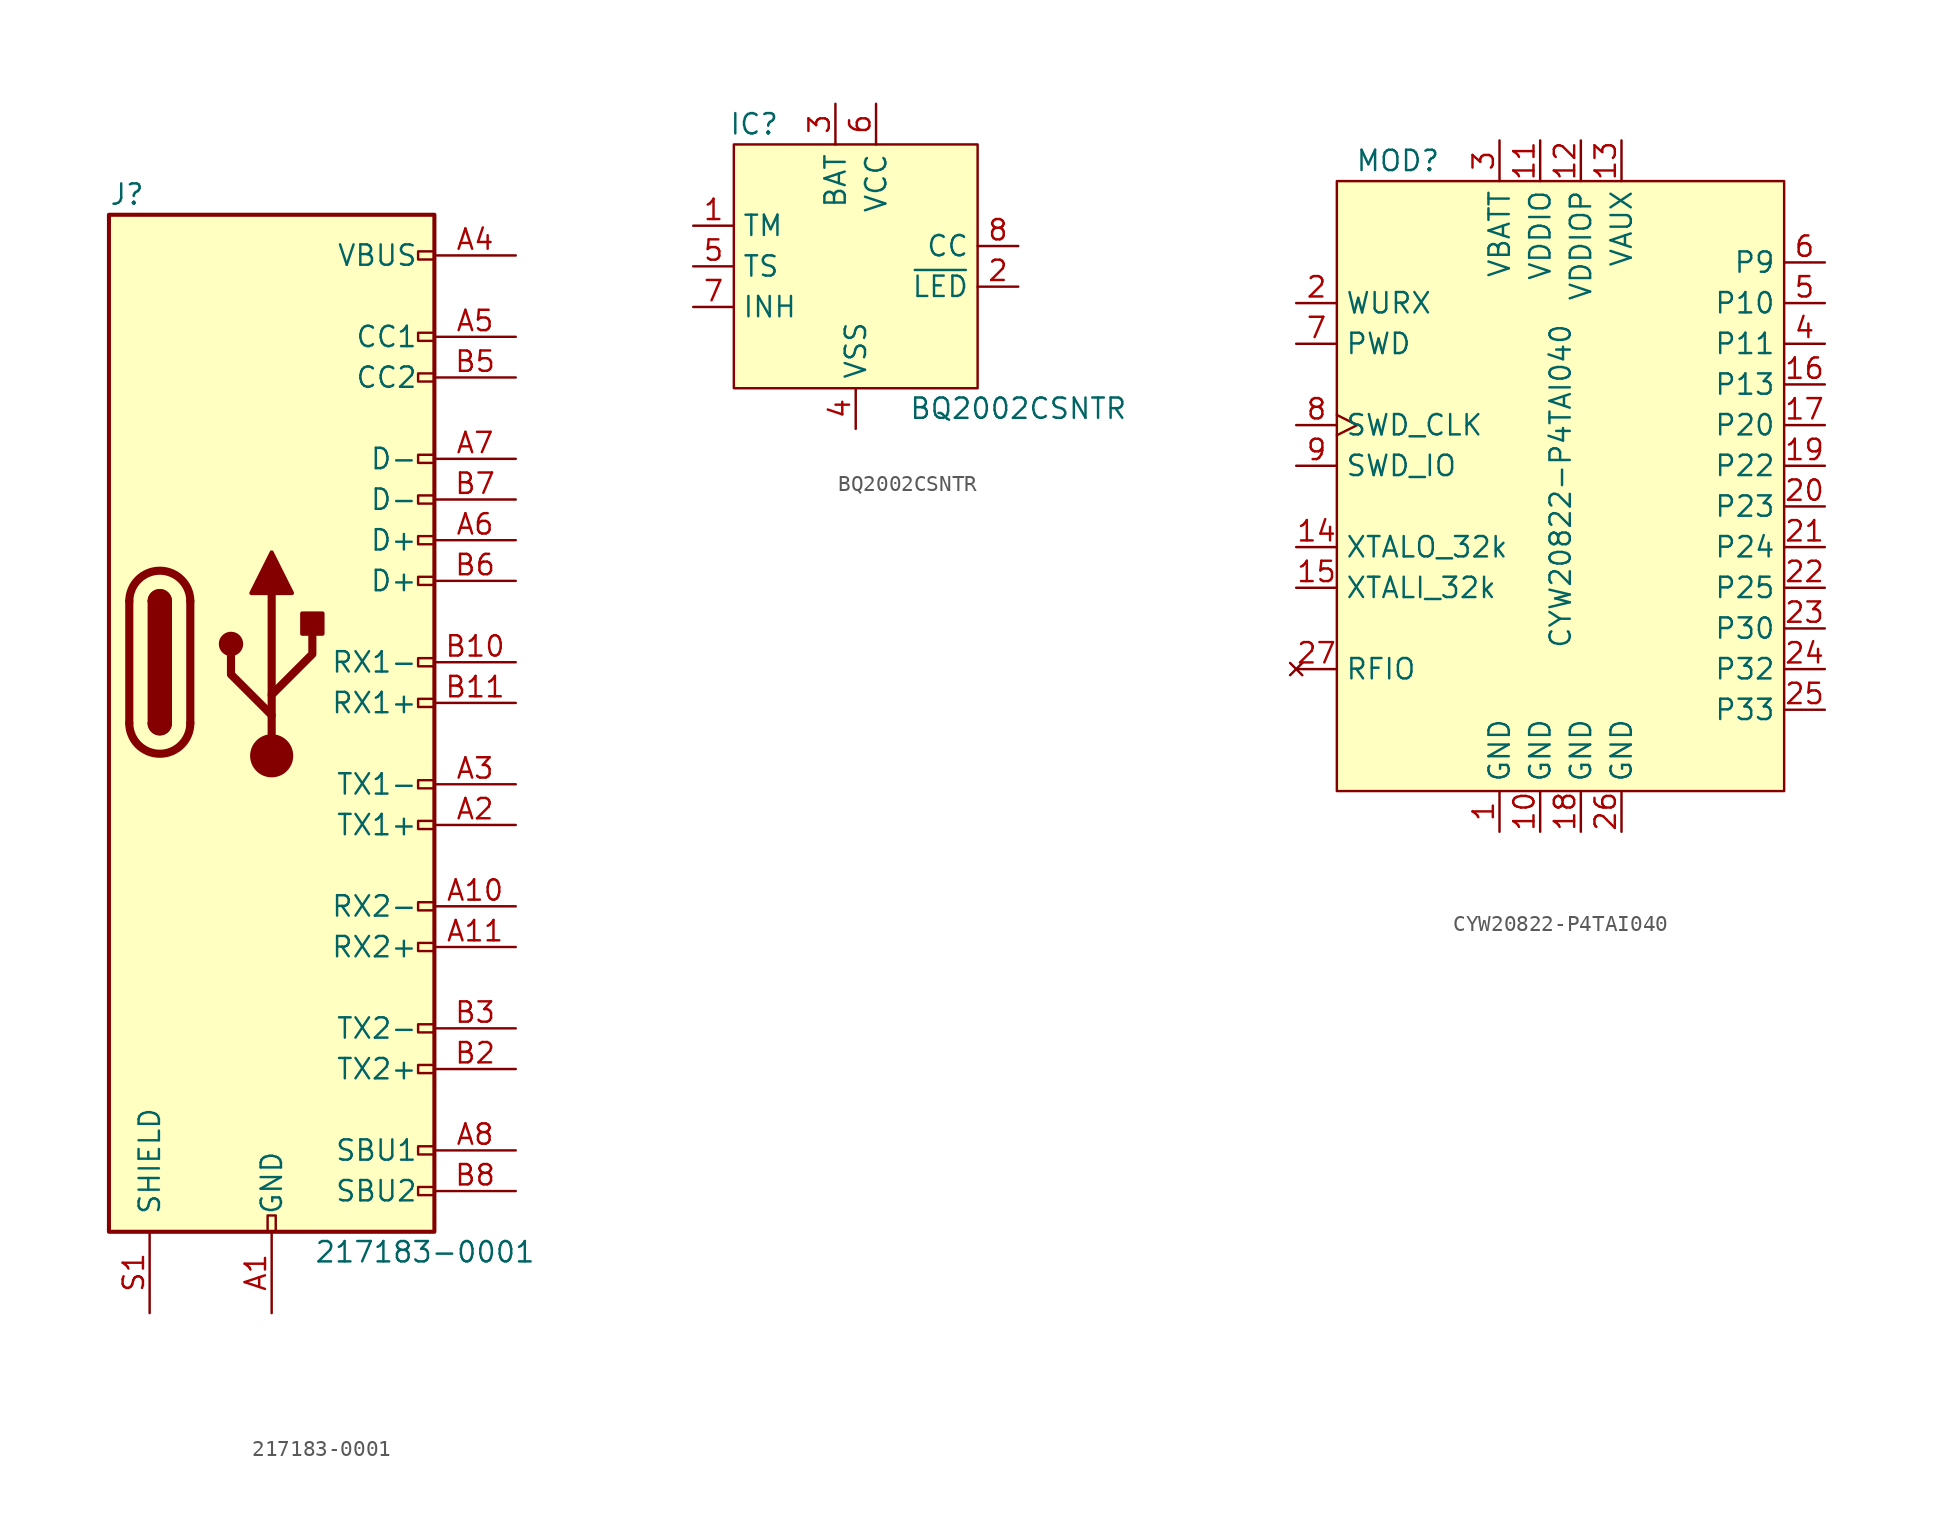
<source format=kicad_sym>
(kicad_symbol_lib
  (version 20220914)
  (generator kicad_symbol_editor)
  (symbol "217183-0001"
    (pin_names
      (offset 1.016))
    (property "Reference" "J"
      (at -10.16 29.21 0)
      (effects (font (size 1.27 1.27)) (justify left)))
    (property "Value" "217183-0001"
      (at 16.51 -36.83 0)
      (effects (font (size 1.27 1.27)) (justify right)))
    (symbol "217183-0001_0_0"
      (rectangle (start -0.254 -35.56) (end 0.254 -34.544) (stroke (width 0) (type default)) (fill (type none)))
      (rectangle (start 10.16 -32.766) (end 9.144 -33.274) (stroke (width 0) (type default)) (fill (type none)))
      (rectangle (start 10.16 -30.226) (end 9.144 -30.734) (stroke (width 0) (type default)) (fill (type none)))
      (rectangle (start 10.16 -25.146) (end 9.144 -25.654) (stroke (width 0) (type default)) (fill (type none)))
      (rectangle (start 10.16 -22.606) (end 9.144 -23.114) (stroke (width 0) (type default)) (fill (type none)))
      (rectangle (start 10.16 -17.526) (end 9.144 -18.034) (stroke (width 0) (type default)) (fill (type none)))
      (rectangle (start 10.16 -14.986) (end 9.144 -15.494) (stroke (width 0) (type default)) (fill (type none)))
      (rectangle (start 10.16 -9.906) (end 9.144 -10.414) (stroke (width 0) (type default)) (fill (type none)))
      (rectangle (start 10.16 -7.366) (end 9.144 -7.874) (stroke (width 0) (type default)) (fill (type none)))
      (rectangle (start 10.16 -2.286) (end 9.144 -2.794) (stroke (width 0) (type default)) (fill (type none)))
      (rectangle (start 10.16 0.254) (end 9.144 -0.254) (stroke (width 0) (type default)) (fill (type none)))
      (rectangle (start 10.16 5.334) (end 9.144 4.826) (stroke (width 0) (type default)) (fill (type none)))
      (rectangle (start 10.16 7.874) (end 9.144 7.366) (stroke (width 0) (type default)) (fill (type none)))
      (rectangle (start 10.16 10.414) (end 9.144 9.906) (stroke (width 0) (type default)) (fill (type none)))
      (rectangle (start 10.16 12.954) (end 9.144 12.446) (stroke (width 0) (type default)) (fill (type none)))
      (rectangle (start 10.16 18.034) (end 9.144 17.526) (stroke (width 0) (type default)) (fill (type none)))
      (rectangle (start 10.16 20.574) (end 9.144 20.066) (stroke (width 0) (type default)) (fill (type none)))
      (rectangle (start 10.16 25.654) (end 9.144 25.146) (stroke (width 0) (type default)) (fill (type none))))
    (symbol "217183-0001_0_1"
      (rectangle (start -10.16 27.94) (end 10.16 -35.56) (stroke (width 0.254) (type default)) (fill (type background)))
      (arc (start -8.89 -3.81) (mid -6.985 -5.7067) (end -5.08 -3.81) (stroke (width 0.508) (type default)) (fill (type none)))
      (arc (start -7.62 -3.81) (mid -6.985 -4.4423) (end -6.35 -3.81) (stroke (width 0.254) (type default)) (fill (type none)))
      (arc (start -7.62 -3.81) (mid -6.985 -4.4423) (end -6.35 -3.81) (stroke (width 0.254) (type default)) (fill (type outline)))
      (rectangle (start -7.62 -3.81) (end -6.35 3.81) (stroke (width 0.254) (type default)) (fill (type outline)))
      (arc (start -6.35 3.81) (mid -6.985 4.4423) (end -7.62 3.81) (stroke (width 0.254) (type default)) (fill (type none)))
      (arc (start -6.35 3.81) (mid -6.985 4.4423) (end -7.62 3.81) (stroke (width 0.254) (type default)) (fill (type outline)))
      (arc (start -5.08 3.81) (mid -6.985 5.7067) (end -8.89 3.81) (stroke (width 0.508) (type default)) (fill (type none)))
      (polyline (pts (xy -8.89 -3.81) (xy -8.89 3.81)) (stroke (width 0.508) (type default)) (fill (type none)))
      (polyline (pts (xy -5.08 3.81) (xy -5.08 -3.81)) (stroke (width 0.508) (type default)) (fill (type none))))
    (symbol "217183-0001_1_1"
      (circle (center -2.54 1.143) (radius 0.635) (stroke (width 0.254) (type default)) (fill (type outline)))
      (circle (center 0 -5.842) (radius 1.27) (stroke (width 0) (type default)) (fill (type outline)))
      (polyline (pts (xy 0 -5.842) (xy 0 4.318)) (stroke (width 0.508) (type default)) (fill (type none)))
      (polyline (pts (xy 0 -3.302) (xy -2.54 -0.762) (xy -2.54 0.508)) (stroke (width 0.508) (type default)) (fill (type none)))
      (polyline (pts (xy 0 -2.032) (xy 2.54 0.508) (xy 2.54 1.778)) (stroke (width 0.508) (type default)) (fill (type none)))
      (polyline (pts (xy -1.27 4.318) (xy 0 6.858) (xy 1.27 4.318) (xy -1.27 4.318)) (stroke (width 0.254) (type default)) (fill (type outline)))
      (rectangle (start 1.905 1.778) (end 3.175 3.048) (stroke (width 0.254) (type default)) (fill (type outline)))
      (pin passive line (at 0 -40.64 90) (length 5.08) (name "GND" (effects (font (size 1.27 1.27)))) (number "A1" (effects (font (size 1.27 1.27)))))
      (pin bidirectional line (at 15.24 -15.24 180) (length 5.08) (name "RX2-" (effects (font (size 1.27 1.27)))) (number "A10" (effects (font (size 1.27 1.27)))))
      (pin bidirectional line (at 15.24 -17.78 180) (length 5.08) (name "RX2+" (effects (font (size 1.27 1.27)))) (number "A11" (effects (font (size 1.27 1.27)))))
      (pin passive line (at 0 -40.64 90) (length 5.08) hide (name "GND" (effects (font (size 1.27 1.27)))) (number "A12" (effects (font (size 1.27 1.27)))))
      (pin bidirectional line (at 15.24 -10.16 180) (length 5.08) (name "TX1+" (effects (font (size 1.27 1.27)))) (number "A2" (effects (font (size 1.27 1.27)))))
      (pin bidirectional line (at 15.24 -7.62 180) (length 5.08) (name "TX1-" (effects (font (size 1.27 1.27)))) (number "A3" (effects (font (size 1.27 1.27)))))
      (pin passive line (at 15.24 25.4 180) (length 5.08) (name "VBUS" (effects (font (size 1.27 1.27)))) (number "A4" (effects (font (size 1.27 1.27)))))
      (pin bidirectional line (at 15.24 20.32 180) (length 5.08) (name "CC1" (effects (font (size 1.27 1.27)))) (number "A5" (effects (font (size 1.27 1.27)))))
      (pin bidirectional line (at 15.24 7.62 180) (length 5.08) (name "D+" (effects (font (size 1.27 1.27)))) (number "A6" (effects (font (size 1.27 1.27)))))
      (pin bidirectional line (at 15.24 12.7 180) (length 5.08) (name "D-" (effects (font (size 1.27 1.27)))) (number "A7" (effects (font (size 1.27 1.27)))))
      (pin bidirectional line (at 15.24 -30.48 180) (length 5.08) (name "SBU1" (effects (font (size 1.27 1.27)))) (number "A8" (effects (font (size 1.27 1.27)))))
      (pin passive line (at 15.24 25.4 180) (length 5.08) hide (name "VBUS" (effects (font (size 1.27 1.27)))) (number "A9" (effects (font (size 1.27 1.27)))))
      (pin passive line (at 0 -40.64 90) (length 5.08) hide (name "GND" (effects (font (size 1.27 1.27)))) (number "B1" (effects (font (size 1.27 1.27)))))
      (pin bidirectional line (at 15.24 0 180) (length 5.08) (name "RX1-" (effects (font (size 1.27 1.27)))) (number "B10" (effects (font (size 1.27 1.27)))))
      (pin bidirectional line (at 15.24 -2.54 180) (length 5.08) (name "RX1+" (effects (font (size 1.27 1.27)))) (number "B11" (effects (font (size 1.27 1.27)))))
      (pin passive line (at 0 -40.64 90) (length 5.08) hide (name "GND" (effects (font (size 1.27 1.27)))) (number "B12" (effects (font (size 1.27 1.27)))))
      (pin bidirectional line (at 15.24 -25.4 180) (length 5.08) (name "TX2+" (effects (font (size 1.27 1.27)))) (number "B2" (effects (font (size 1.27 1.27)))))
      (pin bidirectional line (at 15.24 -22.86 180) (length 5.08) (name "TX2-" (effects (font (size 1.27 1.27)))) (number "B3" (effects (font (size 1.27 1.27)))))
      (pin passive line (at 15.24 25.4 180) (length 5.08) hide (name "VBUS" (effects (font (size 1.27 1.27)))) (number "B4" (effects (font (size 1.27 1.27)))))
      (pin bidirectional line (at 15.24 17.78 180) (length 5.08) (name "CC2" (effects (font (size 1.27 1.27)))) (number "B5" (effects (font (size 1.27 1.27)))))
      (pin bidirectional line (at 15.24 5.08 180) (length 5.08) (name "D+" (effects (font (size 1.27 1.27)))) (number "B6" (effects (font (size 1.27 1.27)))))
      (pin bidirectional line (at 15.24 10.16 180) (length 5.08) (name "D-" (effects (font (size 1.27 1.27)))) (number "B7" (effects (font (size 1.27 1.27)))))
      (pin bidirectional line (at 15.24 -33.02 180) (length 5.08) (name "SBU2" (effects (font (size 1.27 1.27)))) (number "B8" (effects (font (size 1.27 1.27)))))
      (pin passive line (at 15.24 25.4 180) (length 5.08) hide (name "VBUS" (effects (font (size 1.27 1.27)))) (number "B9" (effects (font (size 1.27 1.27)))))
      (pin passive line (at -7.62 -40.64 90) (length 5.08) (name "SHIELD" (effects (font (size 1.27 1.27)))) (number "S1" (effects (font (size 1.27 1.27)))))))
  (symbol "BQ2002CSNTR"
    (property "Reference" "IC"
      (at -6.35 8.89 0)
      (effects (font (size 1.27 1.27))))
    (property "Value" "BQ2002CSNTR"
      (at 10.16 -8.89 0)
      (effects (font (size 1.27 1.27))))
    (symbol "BQ2002CSNTR_1_1"
      (rectangle (start -7.62 7.62) (end 7.62 -7.62) (stroke (width 0) (type default)) (fill (type background)))
      (pin input line (at -10.16 2.54 0) (length 2.54) (name "TM" (effects (font (size 1.27 1.27)))) (number "1" (effects (font (size 1.27 1.27)))))
      (pin output line (at 10.16 -1.27 180) (length 2.54) (name "~{LED}" (effects (font (size 1.27 1.27)))) (number "2" (effects (font (size 1.27 1.27)))))
      (pin power_in line (at -1.27 10.16 270) (length 2.54) (name "BAT" (effects (font (size 1.27 1.27)))) (number "3" (effects (font (size 1.27 1.27)))))
      (pin power_in line (at 0 -10.16 90) (length 2.54) (name "VSS" (effects (font (size 1.27 1.27)))) (number "4" (effects (font (size 1.27 1.27)))))
      (pin input line (at -10.16 0 0) (length 2.54) (name "TS" (effects (font (size 1.27 1.27)))) (number "5" (effects (font (size 1.27 1.27)))))
      (pin power_in line (at 1.27 10.16 270) (length 2.54) (name "VCC" (effects (font (size 1.27 1.27)))) (number "6" (effects (font (size 1.27 1.27)))))
      (pin input line (at -10.16 -2.54 0) (length 2.54) (name "INH" (effects (font (size 1.27 1.27)))) (number "7" (effects (font (size 1.27 1.27)))))
      (pin output line (at 10.16 1.27 180) (length 2.54) (name "CC" (effects (font (size 1.27 1.27)))) (number "8" (effects (font (size 1.27 1.27)))))))
  (symbol "CYW20822-P4TAI040"
    (property "Reference" "MOD"
      (at -10.16 20.32 0)
      (effects (font (size 1.27 1.27))))
    (property "Value" "CYW20822-P4TAI040"
      (at 0 0 90)
      (effects (font (size 1.27 1.27))))
    (symbol "CYW20822-P4TAI040_1_1"
      (rectangle (start -13.97 19.05) (end 13.97 -19.05) (stroke (width 0) (type default)) (fill (type background)))
      (pin power_in line (at -3.81 -21.59 90) (length 2.54) (name "GND" (effects (font (size 1.27 1.27)))) (number "1" (effects (font (size 1.27 1.27)))))
      (pin power_in line (at -1.27 -21.59 90) (length 2.54) (name "GND" (effects (font (size 1.27 1.27)))) (number "10" (effects (font (size 1.27 1.27)))))
      (pin power_in line (at -1.27 21.59 270) (length 2.54) (name "VDDIO" (effects (font (size 1.27 1.27)))) (number "11" (effects (font (size 1.27 1.27)))))
      (pin power_out line (at 1.27 21.59 270) (length 2.54) (name "VDDIOP" (effects (font (size 1.27 1.27)))) (number "12" (effects (font (size 1.27 1.27)))))
      (pin power_in line (at 3.81 21.59 270) (length 2.54) (name "VAUX" (effects (font (size 1.27 1.27)))) (number "13" (effects (font (size 1.27 1.27)))))
      (pin output line (at -16.51 -3.81 0) (length 2.54) (name "XTALO_32k" (effects (font (size 1.27 1.27)))) (number "14" (effects (font (size 1.27 1.27)))))
      (pin input line (at -16.51 -6.35 0) (length 2.54) (name "XTALI_32k" (effects (font (size 1.27 1.27)))) (number "15" (effects (font (size 1.27 1.27)))))
      (pin bidirectional line (at 16.51 6.35 180) (length 2.54) (name "P13" (effects (font (size 1.27 1.27)))) (number "16" (effects (font (size 1.27 1.27)))))
      (pin bidirectional line (at 16.51 3.81 180) (length 2.54) (name "P20" (effects (font (size 1.27 1.27)))) (number "17" (effects (font (size 1.27 1.27)))))
      (pin power_in line (at 1.27 -21.59 90) (length 2.54) (name "GND" (effects (font (size 1.27 1.27)))) (number "18" (effects (font (size 1.27 1.27)))))
      (pin bidirectional line (at 16.51 1.27 180) (length 2.54) (name "P22" (effects (font (size 1.27 1.27)))) (number "19" (effects (font (size 1.27 1.27)))))
      (pin input line (at -16.51 11.43 0) (length 2.54) (name "WURX" (effects (font (size 1.27 1.27)))) (number "2" (effects (font (size 1.27 1.27)))))
      (pin bidirectional line (at 16.51 -1.27 180) (length 2.54) (name "P23" (effects (font (size 1.27 1.27)))) (number "20" (effects (font (size 1.27 1.27)))))
      (pin bidirectional line (at 16.51 -3.81 180) (length 2.54) (name "P24" (effects (font (size 1.27 1.27)))) (number "21" (effects (font (size 1.27 1.27)))))
      (pin bidirectional line (at 16.51 -6.35 180) (length 2.54) (name "P25" (effects (font (size 1.27 1.27)))) (number "22" (effects (font (size 1.27 1.27)))))
      (pin bidirectional line (at 16.51 -8.89 180) (length 2.54) (name "P30" (effects (font (size 1.27 1.27)))) (number "23" (effects (font (size 1.27 1.27)))))
      (pin bidirectional line (at 16.51 -11.43 180) (length 2.54) (name "P32" (effects (font (size 1.27 1.27)))) (number "24" (effects (font (size 1.27 1.27)))))
      (pin bidirectional line (at 16.51 -13.97 180) (length 2.54) (name "P33" (effects (font (size 1.27 1.27)))) (number "25" (effects (font (size 1.27 1.27)))))
      (pin power_in line (at 3.81 -21.59 90) (length 2.54) (name "GND" (effects (font (size 1.27 1.27)))) (number "26" (effects (font (size 1.27 1.27)))))
      (pin no_connect line (at -16.51 -11.43 0) (length 2.54) (name "RFIO" (effects (font (size 1.27 1.27)))) (number "27" (effects (font (size 1.27 1.27)))))
      (pin power_in line (at -3.81 21.59 270) (length 2.54) (name "VBATT" (effects (font (size 1.27 1.27)))) (number "3" (effects (font (size 1.27 1.27)))))
      (pin bidirectional line (at 16.51 8.89 180) (length 2.54) (name "P11" (effects (font (size 1.27 1.27)))) (number "4" (effects (font (size 1.27 1.27)))))
      (pin bidirectional line (at 16.51 11.43 180) (length 2.54) (name "P10" (effects (font (size 1.27 1.27)))) (number "5" (effects (font (size 1.27 1.27)))))
      (pin bidirectional line (at 16.51 13.97 180) (length 2.54) (name "P9" (effects (font (size 1.27 1.27)))) (number "6" (effects (font (size 1.27 1.27)))))
      (pin input line (at -16.51 8.89 0) (length 2.54) (name "PWD" (effects (font (size 1.27 1.27)))) (number "7" (effects (font (size 1.27 1.27)))))
      (pin input clock (at -16.51 3.81 0) (length 2.54) (name "SWD_CLK" (effects (font (size 1.27 1.27)))) (number "8" (effects (font (size 1.27 1.27)))))
      (pin bidirectional line (at -16.51 1.27 0) (length 2.54) (name "SWD_IO" (effects (font (size 1.27 1.27)))) (number "9" (effects (font (size 1.27 1.27))))))))
</source>
